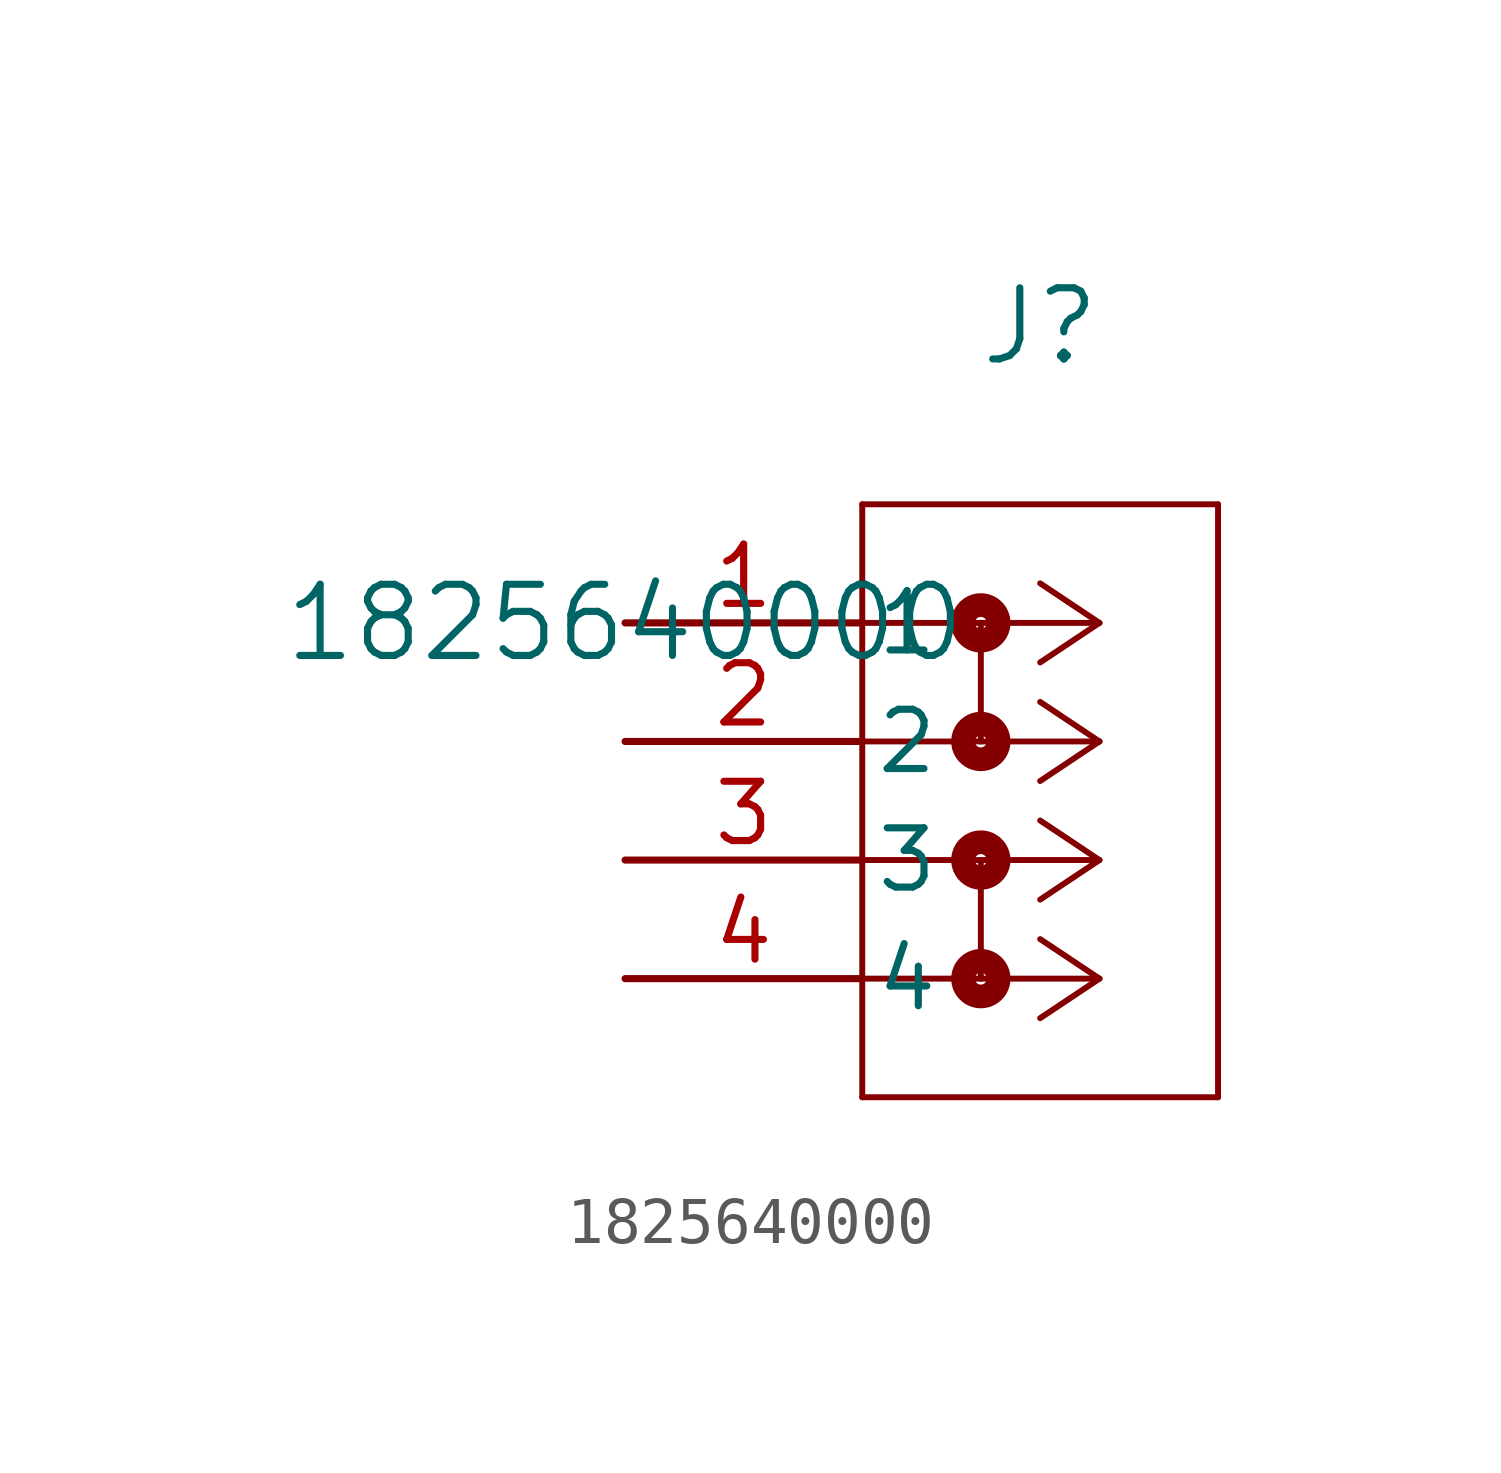
<source format=kicad_sym>
(kicad_symbol_lib
  (version 20211014)
  (generator kicad_symbol_editor)
  (symbol "1825640000"
    (pin_names
      (offset 0.254))
    (property "Reference" "J"
      (at 8.89 6.35 0)
      (effects (font (size 1.524 1.524))))
    (property "Value" "1825640000"
      (at 0 0 0)
      (effects (font (size 1.524 1.524))))
    (symbol "1825640000_0_1"
      (polyline (pts (xy 10.16 0) (xy 5.08 0)) (stroke (width 0.127) (type default) (color 0 0 0 0)) (fill (type none)))
      (polyline (pts (xy 10.16 -2.54) (xy 5.08 -2.54)) (stroke (width 0.127) (type default) (color 0 0 0 0)) (fill (type none)))
      (polyline (pts (xy 10.16 -5.08) (xy 5.08 -5.08)) (stroke (width 0.127) (type default) (color 0 0 0 0)) (fill (type none)))
      (polyline (pts (xy 10.16 -7.62) (xy 5.08 -7.62)) (stroke (width 0.127) (type default) (color 0 0 0 0)) (fill (type none)))
      (polyline (pts (xy 10.16 0) (xy 8.89 0.847)) (stroke (width 0.127) (type default) (color 0 0 0 0)) (fill (type none)))
      (polyline (pts (xy 10.16 -2.54) (xy 8.89 -1.693)) (stroke (width 0.127) (type default) (color 0 0 0 0)) (fill (type none)))
      (polyline (pts (xy 10.16 -5.08) (xy 8.89 -4.233)) (stroke (width 0.127) (type default) (color 0 0 0 0)) (fill (type none)))
      (polyline (pts (xy 10.16 -7.62) (xy 8.89 -6.773)) (stroke (width 0.127) (type default) (color 0 0 0 0)) (fill (type none)))
      (polyline (pts (xy 10.16 0) (xy 8.89 -0.847)) (stroke (width 0.127) (type default) (color 0 0 0 0)) (fill (type none)))
      (polyline (pts (xy 10.16 -2.54) (xy 8.89 -3.387)) (stroke (width 0.127) (type default) (color 0 0 0 0)) (fill (type none)))
      (polyline (pts (xy 10.16 -5.08) (xy 8.89 -5.927)) (stroke (width 0.127) (type default) (color 0 0 0 0)) (fill (type none)))
      (polyline (pts (xy 10.16 -7.62) (xy 8.89 -8.467)) (stroke (width 0.127) (type default) (color 0 0 0 0)) (fill (type none)))
      (polyline (pts (xy 5.08 2.54) (xy 5.08 -10.16)) (stroke (width 0.127) (type default) (color 0 0 0 0)) (fill (type none)))
      (polyline (pts (xy 5.08 -10.16) (xy 12.7 -10.16)) (stroke (width 0.127) (type default) (color 0 0 0 0)) (fill (type none)))
      (polyline (pts (xy 12.7 -10.16) (xy 12.7 2.54)) (stroke (width 0.127) (type default) (color 0 0 0 0)) (fill (type none)))
      (polyline (pts (xy 12.7 2.54) (xy 5.08 2.54)) (stroke (width 0.127) (type default) (color 0 0 0 0)) (fill (type none)))
      (circle (center 7.62 0) (radius 0.127) (stroke (width 0.508) (type default) (color 0 0 0 0)) (fill (type none)))
      (polyline (pts (xy 7.62 0) (xy 7.62 -2.54)) (stroke (width 0.127) (type default) (color 0 0 0 0)) (fill (type none)))
      (circle (center 7.62 -2.54) (radius 0.127) (stroke (width 0.508) (type default) (color 0 0 0 0)) (fill (type none)))
      (circle (center 7.62 -5.08) (radius 0.127) (stroke (width 0.508) (type default) (color 0 0 0 0)) (fill (type none)))
      (polyline (pts (xy 7.62 -5.08) (xy 7.62 -7.62)) (stroke (width 0.127) (type default) (color 0 0 0 0)) (fill (type none)))
      (circle (center 7.62 -7.62) (radius 0.127) (stroke (width 0.508) (type default) (color 0 0 0 0)) (fill (type none)))
      (pin unspecified line (at 0 0 0) (length 5.08) (name "1" (effects (font (size 1.27 1.27)))) (number "1" (effects (font (size 1.27 1.27)))))
      (pin unspecified line (at 0 -2.54 0) (length 5.08) (name "2" (effects (font (size 1.27 1.27)))) (number "2" (effects (font (size 1.27 1.27)))))
      (pin unspecified line (at 0 -5.08 0) (length 5.08) (name "3" (effects (font (size 1.27 1.27)))) (number "3" (effects (font (size 1.27 1.27)))))
      (pin unspecified line (at 0 -7.62 0) (length 5.08) (name "4" (effects (font (size 1.27 1.27)))) (number "4" (effects (font (size 1.27 1.27))))))))
</source>
